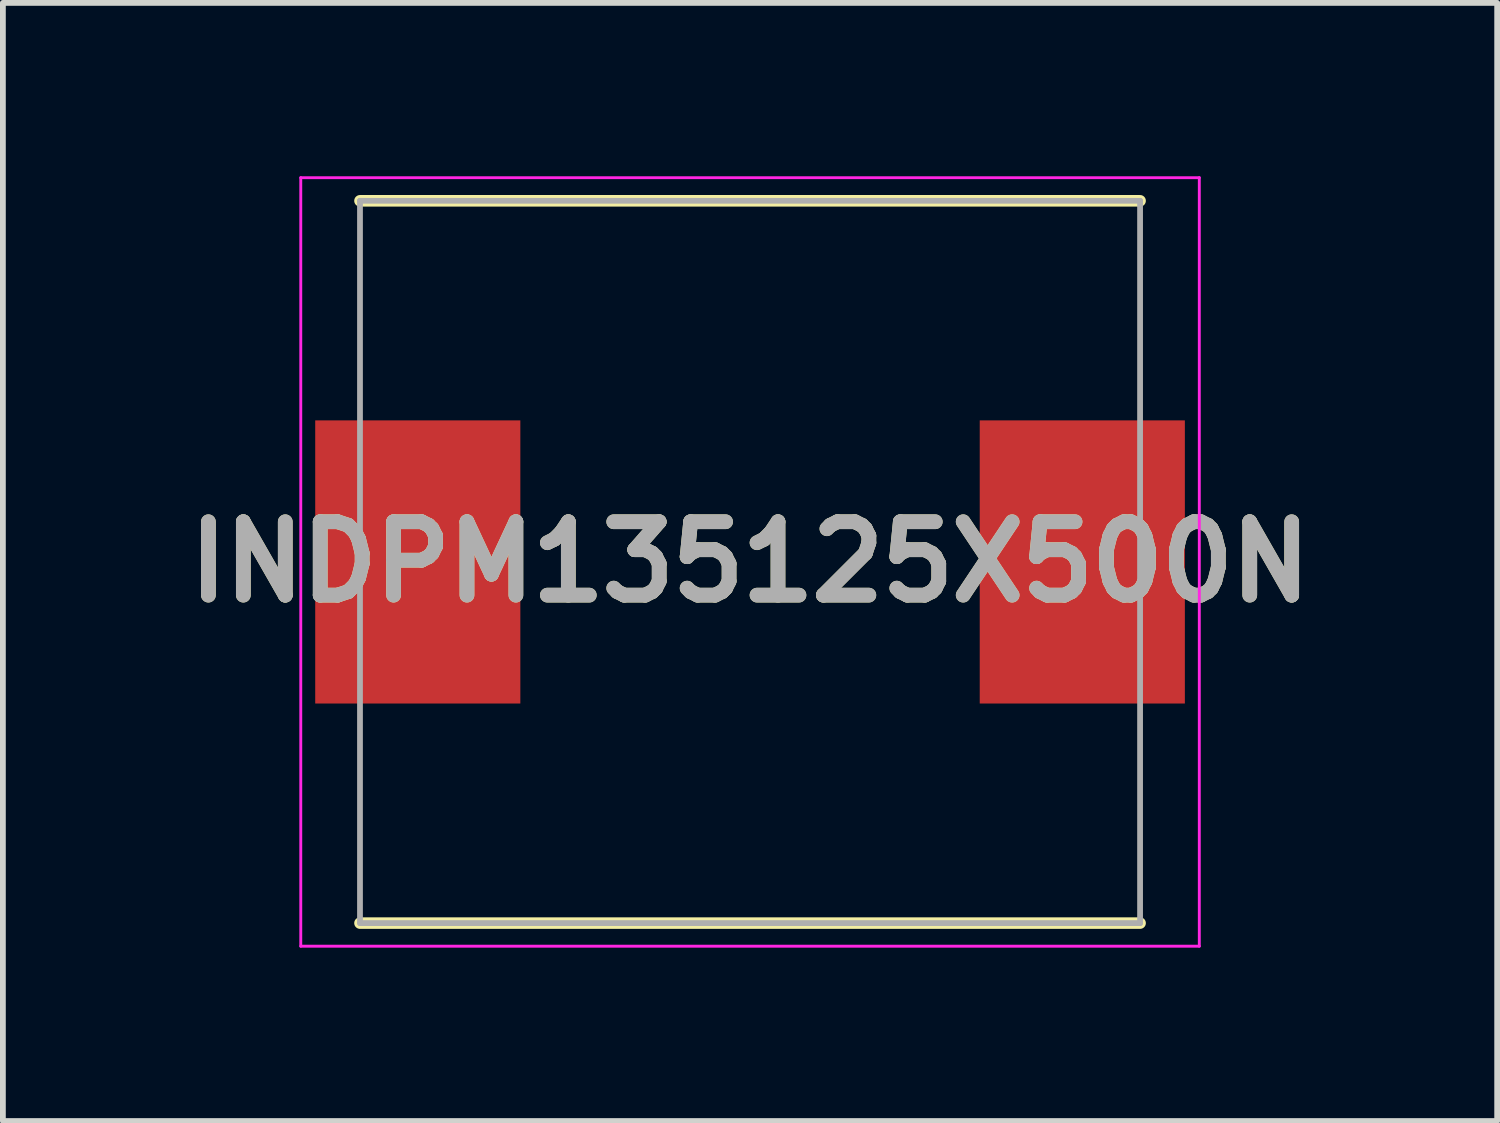
<source format=kicad_pcb>
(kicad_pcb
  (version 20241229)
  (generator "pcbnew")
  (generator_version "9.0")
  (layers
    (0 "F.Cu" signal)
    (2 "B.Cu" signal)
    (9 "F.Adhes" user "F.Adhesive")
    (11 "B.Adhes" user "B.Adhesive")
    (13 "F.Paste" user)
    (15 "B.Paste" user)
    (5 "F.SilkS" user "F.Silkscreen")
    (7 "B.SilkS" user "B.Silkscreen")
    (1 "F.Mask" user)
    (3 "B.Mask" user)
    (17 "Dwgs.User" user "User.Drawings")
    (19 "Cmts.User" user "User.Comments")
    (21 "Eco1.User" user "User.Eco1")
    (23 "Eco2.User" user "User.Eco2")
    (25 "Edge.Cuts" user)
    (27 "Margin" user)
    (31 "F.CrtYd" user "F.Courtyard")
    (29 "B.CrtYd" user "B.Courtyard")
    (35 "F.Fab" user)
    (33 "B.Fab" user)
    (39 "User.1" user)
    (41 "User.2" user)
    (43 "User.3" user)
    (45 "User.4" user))
  (footprint "INDPM135125X500N"
    (layer "F.Cu")
    (at 9.93 6.675)
    (property "Reference" "INDPM135125X500N" (at 0 0 0) (layer "F.SilkS") (effects (font (size 1.27 1.27) (thickness 0.254))))
    (attr smd)
    (fp_line (start -6.75 6.25) (end 6.75 6.25) (stroke (width 0.2) (type solid)) (layer "F.SilkS"))
    (fp_line (start 6.75 -6.25) (end -6.75 -6.25) (stroke (width 0.2) (type solid)) (layer "F.SilkS"))
    (fp_line (start -7.775 -6.65) (end 7.775 -6.65) (stroke (width 0.05) (type solid)) (layer "F.CrtYd"))
    (fp_line (start -7.775 6.65) (end -7.775 -6.65) (stroke (width 0.05) (type solid)) (layer "F.CrtYd"))
    (fp_line (start 7.775 -6.65) (end 7.775 6.65) (stroke (width 0.05) (type solid)) (layer "F.CrtYd"))
    (fp_line (start 7.775 6.65) (end -7.775 6.65) (stroke (width 0.05) (type solid)) (layer "F.CrtYd"))
    (fp_line (start -6.75 -6.25) (end 6.75 -6.25) (stroke (width 0.1) (type solid)) (layer "F.Fab"))
    (fp_line (start -6.75 6.25) (end -6.75 -6.25) (stroke (width 0.1) (type solid)) (layer "F.Fab"))
    (fp_line (start 6.75 -6.25) (end 6.75 6.25) (stroke (width 0.1) (type solid)) (layer "F.Fab"))
    (fp_line (start 6.75 6.25) (end -6.75 6.25) (stroke (width 0.1) (type solid)) (layer "F.Fab"))
    (fp_text user "${REFERENCE}" (at 0 0 0) (layer "F.Fab") (effects (font (size 1.27 1.27) (thickness 0.254))))
    (pad "1" smd rect (at -5.75 0) (size 3.55 4.9) (layers "F.Cu" "F.Mask" "F.Paste"))
    (pad "2" smd rect (at 5.75 0) (size 3.55 4.9) (layers "F.Cu" "F.Mask" "F.Paste")))
  (gr_rect
    (start -3 -3)
    (end 22.86 16.35)
    (stroke (width 0.1) (type default))
    (fill no)
    (layer "Edge.Cuts")))
</source>
